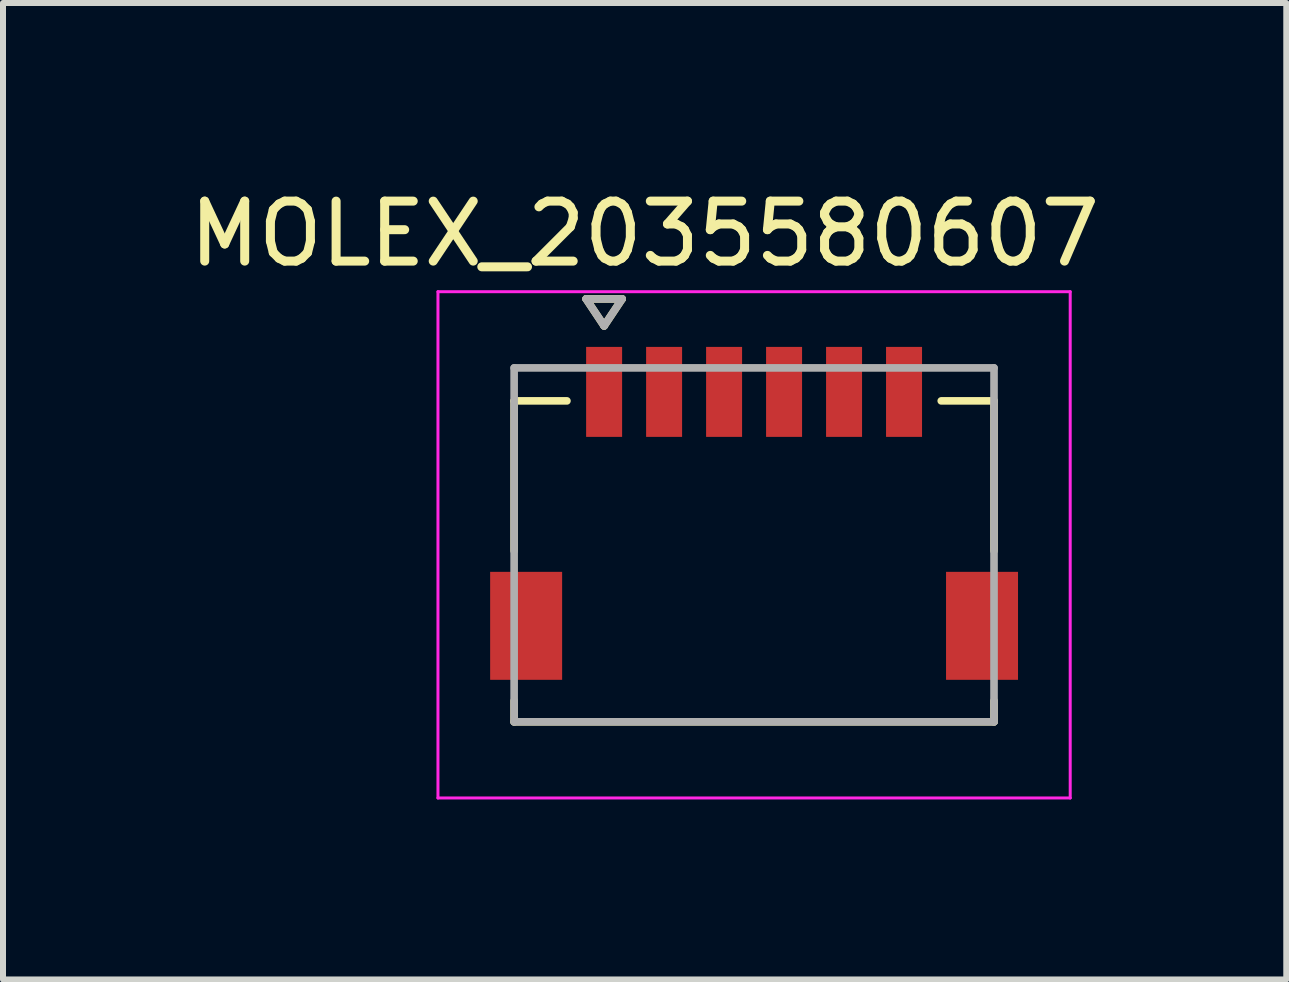
<source format=kicad_pcb>
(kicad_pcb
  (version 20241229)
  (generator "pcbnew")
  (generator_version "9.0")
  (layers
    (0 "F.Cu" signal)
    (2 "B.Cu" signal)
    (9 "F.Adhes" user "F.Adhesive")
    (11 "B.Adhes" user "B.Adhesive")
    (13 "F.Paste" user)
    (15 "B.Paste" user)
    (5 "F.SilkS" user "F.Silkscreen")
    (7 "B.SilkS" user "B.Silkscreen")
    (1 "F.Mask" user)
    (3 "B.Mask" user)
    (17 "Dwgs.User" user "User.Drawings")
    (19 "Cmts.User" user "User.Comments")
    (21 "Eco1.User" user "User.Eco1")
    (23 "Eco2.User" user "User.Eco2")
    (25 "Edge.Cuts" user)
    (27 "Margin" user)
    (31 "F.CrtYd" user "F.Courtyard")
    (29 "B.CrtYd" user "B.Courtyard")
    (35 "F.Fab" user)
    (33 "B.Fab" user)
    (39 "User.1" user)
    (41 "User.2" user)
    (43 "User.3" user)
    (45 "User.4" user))
  (footprint "MOLEX_2035580607"
    (layer "F.Cu")
    (at 9.521 6.033)
    (property "Reference" "MOLEX_2035580607" (at -1.825 -5.185 0) (layer "F.SilkS") (effects (font (size 1 1) (thickness 0.15))))
    (attr smd)
    (fp_poly (pts (xy -4.476 0.374) (xy -3.124 0.374) (xy -3.124 2.326) (xy -4.476 2.326)) (stroke (width 0.01) (type solid)) (fill yes) (layer "F.Mask"))
    (fp_poly (pts (xy -2.876 -3.376) (xy -2.124 -3.376) (xy -2.124 -1.724) (xy -2.876 -1.724)) (stroke (width 0.01) (type solid)) (fill yes) (layer "F.Mask"))
    (fp_poly (pts (xy -1.876 -3.376) (xy -1.124 -3.376) (xy -1.124 -1.724) (xy -1.876 -1.724)) (stroke (width 0.01) (type solid)) (fill yes) (layer "F.Mask"))
    (fp_poly (pts (xy -0.876 -3.376) (xy -0.124 -3.376) (xy -0.124 -1.724) (xy -0.876 -1.724)) (stroke (width 0.01) (type solid)) (fill yes) (layer "F.Mask"))
    (fp_poly (pts (xy 0.124 -3.376) (xy 0.876 -3.376) (xy 0.876 -1.724) (xy 0.124 -1.724)) (stroke (width 0.01) (type solid)) (fill yes) (layer "F.Mask"))
    (fp_poly (pts (xy 1.124 -3.376) (xy 1.876 -3.376) (xy 1.876 -1.724) (xy 1.124 -1.724)) (stroke (width 0.01) (type solid)) (fill yes) (layer "F.Mask"))
    (fp_poly (pts (xy 2.124 -3.376) (xy 2.876 -3.376) (xy 2.876 -1.724) (xy 2.124 -1.724)) (stroke (width 0.01) (type solid)) (fill yes) (layer "F.Mask"))
    (fp_poly (pts (xy 3.124 0.374) (xy 4.476 0.374) (xy 4.476 2.326) (xy 3.124 2.326)) (stroke (width 0.01) (type solid)) (fill yes) (layer "F.Mask"))
    (fp_line (start -4 -2.4) (end -3.12 -2.4) (stroke (width 0.127) (type solid)) (layer "F.SilkS"))
    (fp_line (start -4 0.1) (end -4 -2.4) (stroke (width 0.127) (type solid)) (layer "F.SilkS"))
    (fp_line (start -4 2.6) (end -4 2.95) (stroke (width 0.127) (type solid)) (layer "F.SilkS"))
    (fp_line (start -4 2.95) (end 4 2.95) (stroke (width 0.127) (type solid)) (layer "F.SilkS"))
    (fp_line (start -2.8 -4.1) (end -2.2 -4.1) (stroke (width 0.127) (type solid)) (layer "F.SilkS"))
    (fp_line (start -2.5 -3.65) (end -2.8 -4.1) (stroke (width 0.127) (type solid)) (layer "F.SilkS"))
    (fp_line (start -2.2 -4.1) (end -2.5 -3.65) (stroke (width 0.127) (type solid)) (layer "F.SilkS"))
    (fp_line (start 3.12 -2.4) (end 4 -2.4) (stroke (width 0.127) (type solid)) (layer "F.SilkS"))
    (fp_line (start 4 -2.4) (end 4 0.1) (stroke (width 0.127) (type solid)) (layer "F.SilkS"))
    (fp_line (start 4 2.95) (end 4 2.6) (stroke (width 0.127) (type solid)) (layer "F.SilkS"))
    (fp_line (start -5.27 -4.22) (end 5.27 -4.22) (stroke (width 0.05) (type solid)) (layer "F.CrtYd"))
    (fp_line (start -5.27 4.22) (end -5.27 -4.22) (stroke (width 0.05) (type solid)) (layer "F.CrtYd"))
    (fp_line (start -5.27 4.22) (end 5.27 4.22) (stroke (width 0.05) (type solid)) (layer "F.CrtYd"))
    (fp_line (start 5.27 -4.22) (end 5.27 4.22) (stroke (width 0.05) (type solid)) (layer "F.CrtYd"))
    (fp_line (start -4 -2.95) (end 4 -2.95) (stroke (width 0.127) (type solid)) (layer "F.Fab"))
    (fp_line (start -4 2.95) (end -4 -2.95) (stroke (width 0.127) (type solid)) (layer "F.Fab"))
    (fp_line (start -2.8 -4.1) (end -2.2 -4.1) (stroke (width 0.127) (type solid)) (layer "F.Fab"))
    (fp_line (start -2.5 -3.65) (end -2.8 -4.1) (stroke (width 0.127) (type solid)) (layer "F.Fab"))
    (fp_line (start -2.2 -4.1) (end -2.5 -3.65) (stroke (width 0.127) (type solid)) (layer "F.Fab"))
    (fp_line (start 4 -2.95) (end 4 2.95) (stroke (width 0.127) (type solid)) (layer "F.Fab"))
    (fp_line (start 4 2.95) (end -4 2.95) (stroke (width 0.127) (type solid)) (layer "F.Fab"))
    (pad "1" smd rect (at -2.5 -2.55) (size 0.6 1.5) (layers "F.Cu" "F.Paste"))
    (pad "2" smd rect (at -1.5 -2.55) (size 0.6 1.5) (layers "F.Cu" "F.Paste"))
    (pad "3" smd rect (at -0.5 -2.55) (size 0.6 1.5) (layers "F.Cu" "F.Paste"))
    (pad "4" smd rect (at 0.5 -2.55) (size 0.6 1.5) (layers "F.Cu" "F.Paste"))
    (pad "5" smd rect (at 1.5 -2.55) (size 0.6 1.5) (layers "F.Cu" "F.Paste"))
    (pad "6" smd rect (at 2.5 -2.55) (size 0.6 1.5) (layers "F.Cu" "F.Paste"))
    (pad "S1" smd rect (at 3.8 1.35) (size 1.2 1.8) (layers "F.Cu" "F.Paste"))
    (pad "S2" smd rect (at -3.8 1.35) (size 1.2 1.8) (layers "F.Cu" "F.Paste"))
    (zone (net_name "") (layer "F.Cu") (hatch full 0.508) (connect_pads) (min_thickness 0.01) (filled_areas_thickness no) (keepout (tracks not_allowed) (vias not_allowed) (pads not_allowed) (copperpour not_allowed) (footprints allowed)) (placement (enabled no)) (fill) (polygon (pts (xy 12.871 6.478) (xy 12.871 3.633) (xy 12.326 3.633) (xy 12.326 4.238) (xy 11.716 4.238) (xy 11.716 3.633) (xy 11.326 3.633) (xy 11.326 4.238) (xy 10.716 4.238) (xy 10.716 3.633) (xy 10.326 3.633) (xy 10.326 4.238) (xy 9.716 4.238) (xy 9.716 3.633) (xy 9.326 3.633) (xy 9.326 4.238) (xy 8.716 4.238) (xy 8.716 3.633) (xy 8.326 3.633) (xy 8.326 4.238) (xy 7.716 4.238) (xy 7.716 3.633) (xy 7.326 3.633) (xy 7.326 4.238) (xy 6.716 4.238) (xy 6.716 3.633) (xy 6.171 3.633) (xy 6.171 6.478) (xy 6.326 6.478) (xy 6.326 8.288) (xy 6.171 8.288) (xy 6.171 9.283) (xy 12.871 9.283) (xy 12.871 8.288) (xy 12.716 8.288) (xy 12.716 6.478)))))
  (gr_rect
    (start -3 -3)
    (end 18.393 13.278)
    (stroke (width 0.1) (type default))
    (fill no)
    (layer "Edge.Cuts")))
</source>
